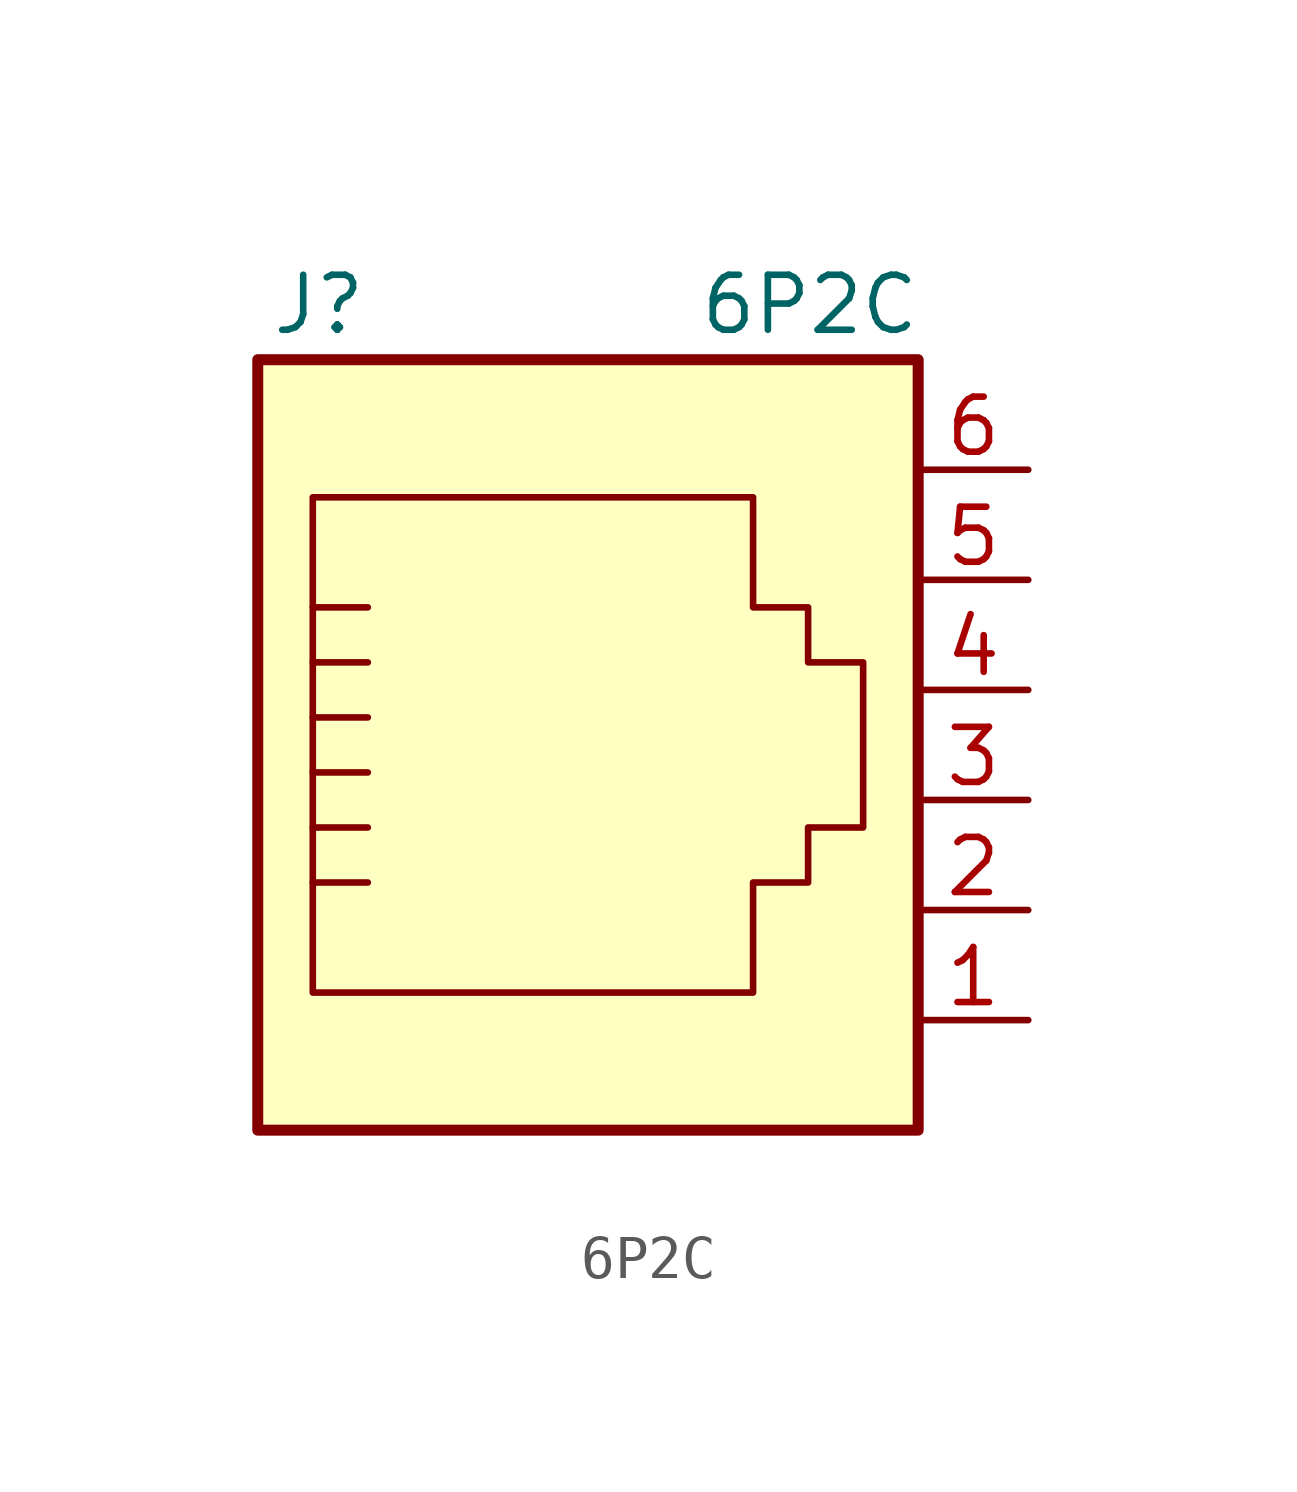
<source format=kicad_sym>
(kicad_symbol_lib
  (version 20220914)
  (generator kicad_symbol_editor)
  (symbol "6P2C"
    (pin_names
      (offset 1.016))
    (property "Reference" "J"
      (at -5.08 11.43 0)
      (effects (font (size 1.27 1.27)) (justify right)))
    (property "Value" "6P2C"
      (at 2.54 11.43 0)
      (effects (font (size 1.27 1.27)) (justify left)))
    (symbol "6P2C_0_1"
      (polyline (pts (xy -6.35 -1.905) (xy -5.08 -1.905) (xy -5.08 -1.905)) (stroke (width 0) (type default)) (fill (type none)))
      (polyline (pts (xy -6.35 -0.635) (xy -5.08 -0.635) (xy -5.08 -0.635)) (stroke (width 0) (type default)) (fill (type none)))
      (polyline (pts (xy -6.35 0.635) (xy -5.08 0.635) (xy -5.08 0.635)) (stroke (width 0) (type default)) (fill (type none)))
      (polyline (pts (xy -6.35 1.905) (xy -5.08 1.905) (xy -5.08 1.905)) (stroke (width 0) (type default)) (fill (type none)))
      (polyline (pts (xy -6.35 3.175) (xy -5.08 3.175) (xy -5.08 3.175)) (stroke (width 0) (type default)) (fill (type none)))
      (polyline (pts (xy -5.08 4.445) (xy -6.35 4.445) (xy -6.35 4.445)) (stroke (width 0) (type default)) (fill (type none)))
      (polyline (pts (xy -6.35 -4.445) (xy -6.35 6.985) (xy 3.81 6.985) (xy 3.81 4.445) (xy 5.08 4.445) (xy 5.08 3.175) (xy 6.35 3.175) (xy 6.35 -0.635) (xy 5.08 -0.635) (xy 5.08 -1.905) (xy 3.81 -1.905) (xy 3.81 -4.445) (xy -6.35 -4.445) (xy -6.35 -4.445)) (stroke (width 0) (type default)) (fill (type none)))
      (rectangle (start 7.62 10.16) (end -7.62 -7.62) (stroke (width 0.254) (type default)) (fill (type background))))
    (symbol "6P2C_1_1"
      (pin passive line (at 10.16 -5.08 180) (length 2.54) (name "~" (effects (font (size 1.27 1.27)))) (number "1" (effects (font (size 1.27 1.27)))))
      (pin passive line (at 10.16 -2.54 180) (length 2.54) (name "~" (effects (font (size 1.27 1.27)))) (number "2" (effects (font (size 1.27 1.27)))))
      (pin passive line (at 10.16 0 180) (length 2.54) (name "~" (effects (font (size 1.27 1.27)))) (number "3" (effects (font (size 1.27 1.27)))))
      (pin passive line (at 10.16 2.54 180) (length 2.54) (name "~" (effects (font (size 1.27 1.27)))) (number "4" (effects (font (size 1.27 1.27)))))
      (pin passive line (at 10.16 5.08 180) (length 2.54) (name "~" (effects (font (size 1.27 1.27)))) (number "5" (effects (font (size 1.27 1.27)))))
      (pin passive line (at 10.16 7.62 180) (length 2.54) (name "~" (effects (font (size 1.27 1.27)))) (number "6" (effects (font (size 1.27 1.27))))))))
</source>
